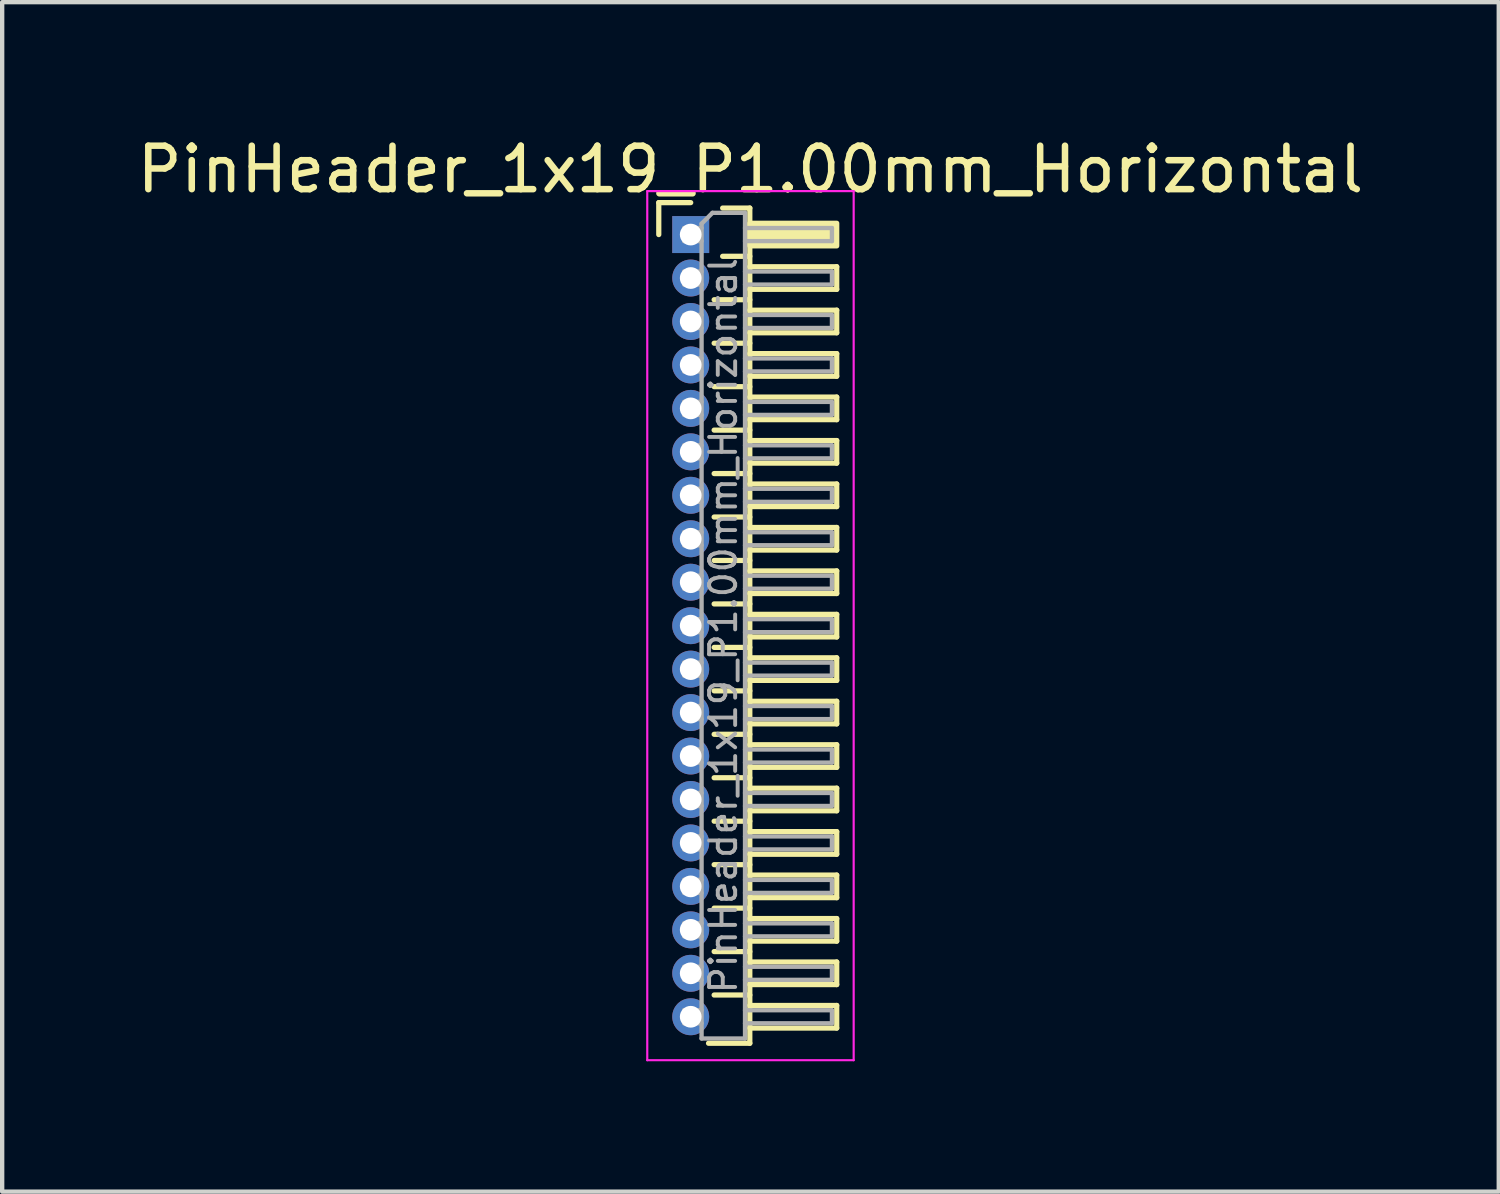
<source format=kicad_pcb>
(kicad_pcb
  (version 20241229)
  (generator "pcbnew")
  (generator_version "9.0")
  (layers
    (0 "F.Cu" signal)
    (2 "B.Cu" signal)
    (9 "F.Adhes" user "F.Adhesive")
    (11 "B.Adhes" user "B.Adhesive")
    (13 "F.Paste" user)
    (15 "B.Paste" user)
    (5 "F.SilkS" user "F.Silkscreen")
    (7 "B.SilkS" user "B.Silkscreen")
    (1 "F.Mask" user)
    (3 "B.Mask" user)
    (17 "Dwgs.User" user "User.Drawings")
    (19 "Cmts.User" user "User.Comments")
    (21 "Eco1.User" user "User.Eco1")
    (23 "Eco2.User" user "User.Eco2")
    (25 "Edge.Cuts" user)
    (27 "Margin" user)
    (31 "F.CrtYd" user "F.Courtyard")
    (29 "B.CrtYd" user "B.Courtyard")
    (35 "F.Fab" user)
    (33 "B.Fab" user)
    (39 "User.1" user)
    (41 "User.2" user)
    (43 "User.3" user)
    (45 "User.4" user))
  (footprint "PinHeader_1x19_P1.00mm_Horizontal"
    (layer "F.Cu")
    (at 12.845 2.348)
    (property "Reference" "PinHeader_1x19_P1.00mm_Horizontal" (at 1.375 -1.5 0) (layer "F.SilkS") (effects (font (size 1 1) (thickness 0.15))))
    (attr through_hole)
    (fp_line (start -0.735 -0.735) (end 0 -0.735) (stroke (width 0.12) (type solid)) (layer "F.SilkS"))
    (fp_line (start -0.735 0) (end -0.735 -0.735) (stroke (width 0.12) (type solid)) (layer "F.SilkS"))
    (fp_line (start 0.539 1.5) (end 1.36 1.5) (stroke (width 0.12) (type solid)) (layer "F.SilkS"))
    (fp_line (start 0.539 2.5) (end 1.36 2.5) (stroke (width 0.12) (type solid)) (layer "F.SilkS"))
    (fp_line (start 0.539 3.5) (end 1.36 3.5) (stroke (width 0.12) (type solid)) (layer "F.SilkS"))
    (fp_line (start 0.539 4.5) (end 1.36 4.5) (stroke (width 0.12) (type solid)) (layer "F.SilkS"))
    (fp_line (start 0.539 5.5) (end 1.36 5.5) (stroke (width 0.12) (type solid)) (layer "F.SilkS"))
    (fp_line (start 0.539 6.5) (end 1.36 6.5) (stroke (width 0.12) (type solid)) (layer "F.SilkS"))
    (fp_line (start 0.539 7.5) (end 1.36 7.5) (stroke (width 0.12) (type solid)) (layer "F.SilkS"))
    (fp_line (start 0.539 8.5) (end 1.36 8.5) (stroke (width 0.12) (type solid)) (layer "F.SilkS"))
    (fp_line (start 0.539 9.5) (end 1.36 9.5) (stroke (width 0.12) (type solid)) (layer "F.SilkS"))
    (fp_line (start 0.539 10.5) (end 1.36 10.5) (stroke (width 0.12) (type solid)) (layer "F.SilkS"))
    (fp_line (start 0.539 11.5) (end 1.36 11.5) (stroke (width 0.12) (type solid)) (layer "F.SilkS"))
    (fp_line (start 0.539 12.5) (end 1.36 12.5) (stroke (width 0.12) (type solid)) (layer "F.SilkS"))
    (fp_line (start 0.539 13.5) (end 1.36 13.5) (stroke (width 0.12) (type solid)) (layer "F.SilkS"))
    (fp_line (start 0.539 14.5) (end 1.36 14.5) (stroke (width 0.12) (type solid)) (layer "F.SilkS"))
    (fp_line (start 0.539 15.5) (end 1.36 15.5) (stroke (width 0.12) (type solid)) (layer "F.SilkS"))
    (fp_line (start 0.539 16.5) (end 1.36 16.5) (stroke (width 0.12) (type solid)) (layer "F.SilkS"))
    (fp_line (start 0.539 17.5) (end 1.36 17.5) (stroke (width 0.12) (type solid)) (layer "F.SilkS"))
    (fp_line (start 0.735 -0.61) (end 1.36 -0.61) (stroke (width 0.12) (type solid)) (layer "F.SilkS"))
    (fp_line (start 0.735 0.5) (end 1.36 0.5) (stroke (width 0.12) (type solid)) (layer "F.SilkS"))
    (fp_line (start 1.36 -0.61) (end 1.36 18.61) (stroke (width 0.12) (type solid)) (layer "F.SilkS"))
    (fp_line (start 1.36 0.74) (end 3.36 0.74) (stroke (width 0.12) (type solid)) (layer "F.SilkS"))
    (fp_line (start 1.36 1.74) (end 3.36 1.74) (stroke (width 0.12) (type solid)) (layer "F.SilkS"))
    (fp_line (start 1.36 2.74) (end 3.36 2.74) (stroke (width 0.12) (type solid)) (layer "F.SilkS"))
    (fp_line (start 1.36 3.74) (end 3.36 3.74) (stroke (width 0.12) (type solid)) (layer "F.SilkS"))
    (fp_line (start 1.36 4.74) (end 3.36 4.74) (stroke (width 0.12) (type solid)) (layer "F.SilkS"))
    (fp_line (start 1.36 5.74) (end 3.36 5.74) (stroke (width 0.12) (type solid)) (layer "F.SilkS"))
    (fp_line (start 1.36 6.74) (end 3.36 6.74) (stroke (width 0.12) (type solid)) (layer "F.SilkS"))
    (fp_line (start 1.36 7.74) (end 3.36 7.74) (stroke (width 0.12) (type solid)) (layer "F.SilkS"))
    (fp_line (start 1.36 8.74) (end 3.36 8.74) (stroke (width 0.12) (type solid)) (layer "F.SilkS"))
    (fp_line (start 1.36 9.74) (end 3.36 9.74) (stroke (width 0.12) (type solid)) (layer "F.SilkS"))
    (fp_line (start 1.36 10.74) (end 3.36 10.74) (stroke (width 0.12) (type solid)) (layer "F.SilkS"))
    (fp_line (start 1.36 11.74) (end 3.36 11.74) (stroke (width 0.12) (type solid)) (layer "F.SilkS"))
    (fp_line (start 1.36 12.74) (end 3.36 12.74) (stroke (width 0.12) (type solid)) (layer "F.SilkS"))
    (fp_line (start 1.36 13.74) (end 3.36 13.74) (stroke (width 0.12) (type solid)) (layer "F.SilkS"))
    (fp_line (start 1.36 14.74) (end 3.36 14.74) (stroke (width 0.12) (type solid)) (layer "F.SilkS"))
    (fp_line (start 1.36 15.74) (end 3.36 15.74) (stroke (width 0.12) (type solid)) (layer "F.SilkS"))
    (fp_line (start 1.36 16.74) (end 3.36 16.74) (stroke (width 0.12) (type solid)) (layer "F.SilkS"))
    (fp_line (start 1.36 17.74) (end 3.36 17.74) (stroke (width 0.12) (type solid)) (layer "F.SilkS"))
    (fp_line (start 1.36 18.61) (end 0.41 18.61) (stroke (width 0.12) (type solid)) (layer "F.SilkS"))
    (fp_line (start 3.36 0.74) (end 3.36 1.26) (stroke (width 0.12) (type solid)) (layer "F.SilkS"))
    (fp_line (start 3.36 1.26) (end 1.36 1.26) (stroke (width 0.12) (type solid)) (layer "F.SilkS"))
    (fp_line (start 3.36 1.74) (end 3.36 2.26) (stroke (width 0.12) (type solid)) (layer "F.SilkS"))
    (fp_line (start 3.36 2.26) (end 1.36 2.26) (stroke (width 0.12) (type solid)) (layer "F.SilkS"))
    (fp_line (start 3.36 2.74) (end 3.36 3.26) (stroke (width 0.12) (type solid)) (layer "F.SilkS"))
    (fp_line (start 3.36 3.26) (end 1.36 3.26) (stroke (width 0.12) (type solid)) (layer "F.SilkS"))
    (fp_line (start 3.36 3.74) (end 3.36 4.26) (stroke (width 0.12) (type solid)) (layer "F.SilkS"))
    (fp_line (start 3.36 4.26) (end 1.36 4.26) (stroke (width 0.12) (type solid)) (layer "F.SilkS"))
    (fp_line (start 3.36 4.74) (end 3.36 5.26) (stroke (width 0.12) (type solid)) (layer "F.SilkS"))
    (fp_line (start 3.36 5.26) (end 1.36 5.26) (stroke (width 0.12) (type solid)) (layer "F.SilkS"))
    (fp_line (start 3.36 5.74) (end 3.36 6.26) (stroke (width 0.12) (type solid)) (layer "F.SilkS"))
    (fp_line (start 3.36 6.26) (end 1.36 6.26) (stroke (width 0.12) (type solid)) (layer "F.SilkS"))
    (fp_line (start 3.36 6.74) (end 3.36 7.26) (stroke (width 0.12) (type solid)) (layer "F.SilkS"))
    (fp_line (start 3.36 7.26) (end 1.36 7.26) (stroke (width 0.12) (type solid)) (layer "F.SilkS"))
    (fp_line (start 3.36 7.74) (end 3.36 8.26) (stroke (width 0.12) (type solid)) (layer "F.SilkS"))
    (fp_line (start 3.36 8.26) (end 1.36 8.26) (stroke (width 0.12) (type solid)) (layer "F.SilkS"))
    (fp_line (start 3.36 8.74) (end 3.36 9.26) (stroke (width 0.12) (type solid)) (layer "F.SilkS"))
    (fp_line (start 3.36 9.26) (end 1.36 9.26) (stroke (width 0.12) (type solid)) (layer "F.SilkS"))
    (fp_line (start 3.36 9.74) (end 3.36 10.26) (stroke (width 0.12) (type solid)) (layer "F.SilkS"))
    (fp_line (start 3.36 10.26) (end 1.36 10.26) (stroke (width 0.12) (type solid)) (layer "F.SilkS"))
    (fp_line (start 3.36 10.74) (end 3.36 11.26) (stroke (width 0.12) (type solid)) (layer "F.SilkS"))
    (fp_line (start 3.36 11.26) (end 1.36 11.26) (stroke (width 0.12) (type solid)) (layer "F.SilkS"))
    (fp_line (start 3.36 11.74) (end 3.36 12.26) (stroke (width 0.12) (type solid)) (layer "F.SilkS"))
    (fp_line (start 3.36 12.26) (end 1.36 12.26) (stroke (width 0.12) (type solid)) (layer "F.SilkS"))
    (fp_line (start 3.36 12.74) (end 3.36 13.26) (stroke (width 0.12) (type solid)) (layer "F.SilkS"))
    (fp_line (start 3.36 13.26) (end 1.36 13.26) (stroke (width 0.12) (type solid)) (layer "F.SilkS"))
    (fp_line (start 3.36 13.74) (end 3.36 14.26) (stroke (width 0.12) (type solid)) (layer "F.SilkS"))
    (fp_line (start 3.36 14.26) (end 1.36 14.26) (stroke (width 0.12) (type solid)) (layer "F.SilkS"))
    (fp_line (start 3.36 14.74) (end 3.36 15.26) (stroke (width 0.12) (type solid)) (layer "F.SilkS"))
    (fp_line (start 3.36 15.26) (end 1.36 15.26) (stroke (width 0.12) (type solid)) (layer "F.SilkS"))
    (fp_line (start 3.36 15.74) (end 3.36 16.26) (stroke (width 0.12) (type solid)) (layer "F.SilkS"))
    (fp_line (start 3.36 16.26) (end 1.36 16.26) (stroke (width 0.12) (type solid)) (layer "F.SilkS"))
    (fp_line (start 3.36 16.74) (end 3.36 17.26) (stroke (width 0.12) (type solid)) (layer "F.SilkS"))
    (fp_line (start 3.36 17.26) (end 1.36 17.26) (stroke (width 0.12) (type solid)) (layer "F.SilkS"))
    (fp_line (start 3.36 17.74) (end 3.36 18.26) (stroke (width 0.12) (type solid)) (layer "F.SilkS"))
    (fp_line (start 3.36 18.26) (end 1.36 18.26) (stroke (width 0.12) (type solid)) (layer "F.SilkS"))
    (fp_rect (start 1.36 -0.26) (end 3.36 0.26) (stroke (width 0.12) (type solid)) (fill yes) (layer "F.SilkS"))
    (fp_line (start -1 -1) (end -1 19) (stroke (width 0.05) (type solid)) (layer "F.CrtYd"))
    (fp_line (start -1 19) (end 3.75 19) (stroke (width 0.05) (type solid)) (layer "F.CrtYd"))
    (fp_line (start 3.75 -1) (end -1 -1) (stroke (width 0.05) (type solid)) (layer "F.CrtYd"))
    (fp_line (start 3.75 19) (end 3.75 -1) (stroke (width 0.05) (type solid)) (layer "F.CrtYd"))
    (fp_line (start -0.15 -0.15) (end -0.15 0.15) (stroke (width 0.1) (type solid)) (layer "F.Fab"))
    (fp_line (start -0.15 -0.15) (end 0.25 -0.15) (stroke (width 0.1) (type solid)) (layer "F.Fab"))
    (fp_line (start -0.15 0.15) (end 0.25 0.15) (stroke (width 0.1) (type solid)) (layer "F.Fab"))
    (fp_line (start -0.15 0.85) (end -0.15 1.15) (stroke (width 0.1) (type solid)) (layer "F.Fab"))
    (fp_line (start -0.15 0.85) (end 0.25 0.85) (stroke (width 0.1) (type solid)) (layer "F.Fab"))
    (fp_line (start -0.15 1.15) (end 0.25 1.15) (stroke (width 0.1) (type solid)) (layer "F.Fab"))
    (fp_line (start -0.15 1.85) (end -0.15 2.15) (stroke (width 0.1) (type solid)) (layer "F.Fab"))
    (fp_line (start -0.15 1.85) (end 0.25 1.85) (stroke (width 0.1) (type solid)) (layer "F.Fab"))
    (fp_line (start -0.15 2.15) (end 0.25 2.15) (stroke (width 0.1) (type solid)) (layer "F.Fab"))
    (fp_line (start -0.15 2.85) (end -0.15 3.15) (stroke (width 0.1) (type solid)) (layer "F.Fab"))
    (fp_line (start -0.15 2.85) (end 0.25 2.85) (stroke (width 0.1) (type solid)) (layer "F.Fab"))
    (fp_line (start -0.15 3.15) (end 0.25 3.15) (stroke (width 0.1) (type solid)) (layer "F.Fab"))
    (fp_line (start -0.15 3.85) (end -0.15 4.15) (stroke (width 0.1) (type solid)) (layer "F.Fab"))
    (fp_line (start -0.15 3.85) (end 0.25 3.85) (stroke (width 0.1) (type solid)) (layer "F.Fab"))
    (fp_line (start -0.15 4.15) (end 0.25 4.15) (stroke (width 0.1) (type solid)) (layer "F.Fab"))
    (fp_line (start -0.15 4.85) (end -0.15 5.15) (stroke (width 0.1) (type solid)) (layer "F.Fab"))
    (fp_line (start -0.15 4.85) (end 0.25 4.85) (stroke (width 0.1) (type solid)) (layer "F.Fab"))
    (fp_line (start -0.15 5.15) (end 0.25 5.15) (stroke (width 0.1) (type solid)) (layer "F.Fab"))
    (fp_line (start -0.15 5.85) (end -0.15 6.15) (stroke (width 0.1) (type solid)) (layer "F.Fab"))
    (fp_line (start -0.15 5.85) (end 0.25 5.85) (stroke (width 0.1) (type solid)) (layer "F.Fab"))
    (fp_line (start -0.15 6.15) (end 0.25 6.15) (stroke (width 0.1) (type solid)) (layer "F.Fab"))
    (fp_line (start -0.15 6.85) (end -0.15 7.15) (stroke (width 0.1) (type solid)) (layer "F.Fab"))
    (fp_line (start -0.15 6.85) (end 0.25 6.85) (stroke (width 0.1) (type solid)) (layer "F.Fab"))
    (fp_line (start -0.15 7.15) (end 0.25 7.15) (stroke (width 0.1) (type solid)) (layer "F.Fab"))
    (fp_line (start -0.15 7.85) (end -0.15 8.15) (stroke (width 0.1) (type solid)) (layer "F.Fab"))
    (fp_line (start -0.15 7.85) (end 0.25 7.85) (stroke (width 0.1) (type solid)) (layer "F.Fab"))
    (fp_line (start -0.15 8.15) (end 0.25 8.15) (stroke (width 0.1) (type solid)) (layer "F.Fab"))
    (fp_line (start -0.15 8.85) (end -0.15 9.15) (stroke (width 0.1) (type solid)) (layer "F.Fab"))
    (fp_line (start -0.15 8.85) (end 0.25 8.85) (stroke (width 0.1) (type solid)) (layer "F.Fab"))
    (fp_line (start -0.15 9.15) (end 0.25 9.15) (stroke (width 0.1) (type solid)) (layer "F.Fab"))
    (fp_line (start -0.15 9.85) (end -0.15 10.15) (stroke (width 0.1) (type solid)) (layer "F.Fab"))
    (fp_line (start -0.15 9.85) (end 0.25 9.85) (stroke (width 0.1) (type solid)) (layer "F.Fab"))
    (fp_line (start -0.15 10.15) (end 0.25 10.15) (stroke (width 0.1) (type solid)) (layer "F.Fab"))
    (fp_line (start -0.15 10.85) (end -0.15 11.15) (stroke (width 0.1) (type solid)) (layer "F.Fab"))
    (fp_line (start -0.15 10.85) (end 0.25 10.85) (stroke (width 0.1) (type solid)) (layer "F.Fab"))
    (fp_line (start -0.15 11.15) (end 0.25 11.15) (stroke (width 0.1) (type solid)) (layer "F.Fab"))
    (fp_line (start -0.15 11.85) (end -0.15 12.15) (stroke (width 0.1) (type solid)) (layer "F.Fab"))
    (fp_line (start -0.15 11.85) (end 0.25 11.85) (stroke (width 0.1) (type solid)) (layer "F.Fab"))
    (fp_line (start -0.15 12.15) (end 0.25 12.15) (stroke (width 0.1) (type solid)) (layer "F.Fab"))
    (fp_line (start -0.15 12.85) (end -0.15 13.15) (stroke (width 0.1) (type solid)) (layer "F.Fab"))
    (fp_line (start -0.15 12.85) (end 0.25 12.85) (stroke (width 0.1) (type solid)) (layer "F.Fab"))
    (fp_line (start -0.15 13.15) (end 0.25 13.15) (stroke (width 0.1) (type solid)) (layer "F.Fab"))
    (fp_line (start -0.15 13.85) (end -0.15 14.15) (stroke (width 0.1) (type solid)) (layer "F.Fab"))
    (fp_line (start -0.15 13.85) (end 0.25 13.85) (stroke (width 0.1) (type solid)) (layer "F.Fab"))
    (fp_line (start -0.15 14.15) (end 0.25 14.15) (stroke (width 0.1) (type solid)) (layer "F.Fab"))
    (fp_line (start -0.15 14.85) (end -0.15 15.15) (stroke (width 0.1) (type solid)) (layer "F.Fab"))
    (fp_line (start -0.15 14.85) (end 0.25 14.85) (stroke (width 0.1) (type solid)) (layer "F.Fab"))
    (fp_line (start -0.15 15.15) (end 0.25 15.15) (stroke (width 0.1) (type solid)) (layer "F.Fab"))
    (fp_line (start -0.15 15.85) (end -0.15 16.15) (stroke (width 0.1) (type solid)) (layer "F.Fab"))
    (fp_line (start -0.15 15.85) (end 0.25 15.85) (stroke (width 0.1) (type solid)) (layer "F.Fab"))
    (fp_line (start -0.15 16.15) (end 0.25 16.15) (stroke (width 0.1) (type solid)) (layer "F.Fab"))
    (fp_line (start -0.15 16.85) (end -0.15 17.15) (stroke (width 0.1) (type solid)) (layer "F.Fab"))
    (fp_line (start -0.15 16.85) (end 0.25 16.85) (stroke (width 0.1) (type solid)) (layer "F.Fab"))
    (fp_line (start -0.15 17.15) (end 0.25 17.15) (stroke (width 0.1) (type solid)) (layer "F.Fab"))
    (fp_line (start -0.15 17.85) (end -0.15 18.15) (stroke (width 0.1) (type solid)) (layer "F.Fab"))
    (fp_line (start -0.15 17.85) (end 0.25 17.85) (stroke (width 0.1) (type solid)) (layer "F.Fab"))
    (fp_line (start -0.15 18.15) (end 0.25 18.15) (stroke (width 0.1) (type solid)) (layer "F.Fab"))
    (fp_line (start 0.25 -0.25) (end 0.5 -0.5) (stroke (width 0.1) (type solid)) (layer "F.Fab"))
    (fp_line (start 0.25 18.5) (end 0.25 -0.25) (stroke (width 0.1) (type solid)) (layer "F.Fab"))
    (fp_line (start 0.5 -0.5) (end 1.25 -0.5) (stroke (width 0.1) (type solid)) (layer "F.Fab"))
    (fp_line (start 1.25 -0.5) (end 1.25 18.5) (stroke (width 0.1) (type solid)) (layer "F.Fab"))
    (fp_line (start 1.25 -0.15) (end 3.25 -0.15) (stroke (width 0.1) (type solid)) (layer "F.Fab"))
    (fp_line (start 1.25 0.15) (end 3.25 0.15) (stroke (width 0.1) (type solid)) (layer "F.Fab"))
    (fp_line (start 1.25 0.85) (end 3.25 0.85) (stroke (width 0.1) (type solid)) (layer "F.Fab"))
    (fp_line (start 1.25 1.15) (end 3.25 1.15) (stroke (width 0.1) (type solid)) (layer "F.Fab"))
    (fp_line (start 1.25 1.85) (end 3.25 1.85) (stroke (width 0.1) (type solid)) (layer "F.Fab"))
    (fp_line (start 1.25 2.15) (end 3.25 2.15) (stroke (width 0.1) (type solid)) (layer "F.Fab"))
    (fp_line (start 1.25 2.85) (end 3.25 2.85) (stroke (width 0.1) (type solid)) (layer "F.Fab"))
    (fp_line (start 1.25 3.15) (end 3.25 3.15) (stroke (width 0.1) (type solid)) (layer "F.Fab"))
    (fp_line (start 1.25 3.85) (end 3.25 3.85) (stroke (width 0.1) (type solid)) (layer "F.Fab"))
    (fp_line (start 1.25 4.15) (end 3.25 4.15) (stroke (width 0.1) (type solid)) (layer "F.Fab"))
    (fp_line (start 1.25 4.85) (end 3.25 4.85) (stroke (width 0.1) (type solid)) (layer "F.Fab"))
    (fp_line (start 1.25 5.15) (end 3.25 5.15) (stroke (width 0.1) (type solid)) (layer "F.Fab"))
    (fp_line (start 1.25 5.85) (end 3.25 5.85) (stroke (width 0.1) (type solid)) (layer "F.Fab"))
    (fp_line (start 1.25 6.15) (end 3.25 6.15) (stroke (width 0.1) (type solid)) (layer "F.Fab"))
    (fp_line (start 1.25 6.85) (end 3.25 6.85) (stroke (width 0.1) (type solid)) (layer "F.Fab"))
    (fp_line (start 1.25 7.15) (end 3.25 7.15) (stroke (width 0.1) (type solid)) (layer "F.Fab"))
    (fp_line (start 1.25 7.85) (end 3.25 7.85) (stroke (width 0.1) (type solid)) (layer "F.Fab"))
    (fp_line (start 1.25 8.15) (end 3.25 8.15) (stroke (width 0.1) (type solid)) (layer "F.Fab"))
    (fp_line (start 1.25 8.85) (end 3.25 8.85) (stroke (width 0.1) (type solid)) (layer "F.Fab"))
    (fp_line (start 1.25 9.15) (end 3.25 9.15) (stroke (width 0.1) (type solid)) (layer "F.Fab"))
    (fp_line (start 1.25 9.85) (end 3.25 9.85) (stroke (width 0.1) (type solid)) (layer "F.Fab"))
    (fp_line (start 1.25 10.15) (end 3.25 10.15) (stroke (width 0.1) (type solid)) (layer "F.Fab"))
    (fp_line (start 1.25 10.85) (end 3.25 10.85) (stroke (width 0.1) (type solid)) (layer "F.Fab"))
    (fp_line (start 1.25 11.15) (end 3.25 11.15) (stroke (width 0.1) (type solid)) (layer "F.Fab"))
    (fp_line (start 1.25 11.85) (end 3.25 11.85) (stroke (width 0.1) (type solid)) (layer "F.Fab"))
    (fp_line (start 1.25 12.15) (end 3.25 12.15) (stroke (width 0.1) (type solid)) (layer "F.Fab"))
    (fp_line (start 1.25 12.85) (end 3.25 12.85) (stroke (width 0.1) (type solid)) (layer "F.Fab"))
    (fp_line (start 1.25 13.15) (end 3.25 13.15) (stroke (width 0.1) (type solid)) (layer "F.Fab"))
    (fp_line (start 1.25 13.85) (end 3.25 13.85) (stroke (width 0.1) (type solid)) (layer "F.Fab"))
    (fp_line (start 1.25 14.15) (end 3.25 14.15) (stroke (width 0.1) (type solid)) (layer "F.Fab"))
    (fp_line (start 1.25 14.85) (end 3.25 14.85) (stroke (width 0.1) (type solid)) (layer "F.Fab"))
    (fp_line (start 1.25 15.15) (end 3.25 15.15) (stroke (width 0.1) (type solid)) (layer "F.Fab"))
    (fp_line (start 1.25 15.85) (end 3.25 15.85) (stroke (width 0.1) (type solid)) (layer "F.Fab"))
    (fp_line (start 1.25 16.15) (end 3.25 16.15) (stroke (width 0.1) (type solid)) (layer "F.Fab"))
    (fp_line (start 1.25 16.85) (end 3.25 16.85) (stroke (width 0.1) (type solid)) (layer "F.Fab"))
    (fp_line (start 1.25 17.15) (end 3.25 17.15) (stroke (width 0.1) (type solid)) (layer "F.Fab"))
    (fp_line (start 1.25 17.85) (end 3.25 17.85) (stroke (width 0.1) (type solid)) (layer "F.Fab"))
    (fp_line (start 1.25 18.15) (end 3.25 18.15) (stroke (width 0.1) (type solid)) (layer "F.Fab"))
    (fp_line (start 1.25 18.5) (end 0.25 18.5) (stroke (width 0.1) (type solid)) (layer "F.Fab"))
    (fp_line (start 3.25 -0.15) (end 3.25 0.15) (stroke (width 0.1) (type solid)) (layer "F.Fab"))
    (fp_line (start 3.25 0.85) (end 3.25 1.15) (stroke (width 0.1) (type solid)) (layer "F.Fab"))
    (fp_line (start 3.25 1.85) (end 3.25 2.15) (stroke (width 0.1) (type solid)) (layer "F.Fab"))
    (fp_line (start 3.25 2.85) (end 3.25 3.15) (stroke (width 0.1) (type solid)) (layer "F.Fab"))
    (fp_line (start 3.25 3.85) (end 3.25 4.15) (stroke (width 0.1) (type solid)) (layer "F.Fab"))
    (fp_line (start 3.25 4.85) (end 3.25 5.15) (stroke (width 0.1) (type solid)) (layer "F.Fab"))
    (fp_line (start 3.25 5.85) (end 3.25 6.15) (stroke (width 0.1) (type solid)) (layer "F.Fab"))
    (fp_line (start 3.25 6.85) (end 3.25 7.15) (stroke (width 0.1) (type solid)) (layer "F.Fab"))
    (fp_line (start 3.25 7.85) (end 3.25 8.15) (stroke (width 0.1) (type solid)) (layer "F.Fab"))
    (fp_line (start 3.25 8.85) (end 3.25 9.15) (stroke (width 0.1) (type solid)) (layer "F.Fab"))
    (fp_line (start 3.25 9.85) (end 3.25 10.15) (stroke (width 0.1) (type solid)) (layer "F.Fab"))
    (fp_line (start 3.25 10.85) (end 3.25 11.15) (stroke (width 0.1) (type solid)) (layer "F.Fab"))
    (fp_line (start 3.25 11.85) (end 3.25 12.15) (stroke (width 0.1) (type solid)) (layer "F.Fab"))
    (fp_line (start 3.25 12.85) (end 3.25 13.15) (stroke (width 0.1) (type solid)) (layer "F.Fab"))
    (fp_line (start 3.25 13.85) (end 3.25 14.15) (stroke (width 0.1) (type solid)) (layer "F.Fab"))
    (fp_line (start 3.25 14.85) (end 3.25 15.15) (stroke (width 0.1) (type solid)) (layer "F.Fab"))
    (fp_line (start 3.25 15.85) (end 3.25 16.15) (stroke (width 0.1) (type solid)) (layer "F.Fab"))
    (fp_line (start 3.25 16.85) (end 3.25 17.15) (stroke (width 0.1) (type solid)) (layer "F.Fab"))
    (fp_line (start 3.25 17.85) (end 3.25 18.15) (stroke (width 0.1) (type solid)) (layer "F.Fab"))
    (fp_text user "${REFERENCE}" (at 0.75 9 90) (layer "F.Fab") (effects (font (size 0.6 0.6) (thickness 0.09))))
    (pad "1" thru_hole rect (at 0 0) (size 0.85 0.85) (drill 0.5) (layers "*.Cu" "*.Mask"))
    (pad "2" thru_hole circle (at 0 1) (size 0.85 0.85) (drill 0.5) (layers "*.Cu" "*.Mask"))
    (pad "3" thru_hole circle (at 0 2) (size 0.85 0.85) (drill 0.5) (layers "*.Cu" "*.Mask"))
    (pad "4" thru_hole circle (at 0 3) (size 0.85 0.85) (drill 0.5) (layers "*.Cu" "*.Mask"))
    (pad "5" thru_hole circle (at 0 4) (size 0.85 0.85) (drill 0.5) (layers "*.Cu" "*.Mask"))
    (pad "6" thru_hole circle (at 0 5) (size 0.85 0.85) (drill 0.5) (layers "*.Cu" "*.Mask"))
    (pad "7" thru_hole circle (at 0 6) (size 0.85 0.85) (drill 0.5) (layers "*.Cu" "*.Mask"))
    (pad "8" thru_hole circle (at 0 7) (size 0.85 0.85) (drill 0.5) (layers "*.Cu" "*.Mask"))
    (pad "9" thru_hole circle (at 0 8) (size 0.85 0.85) (drill 0.5) (layers "*.Cu" "*.Mask"))
    (pad "10" thru_hole circle (at 0 9) (size 0.85 0.85) (drill 0.5) (layers "*.Cu" "*.Mask"))
    (pad "11" thru_hole circle (at 0 10) (size 0.85 0.85) (drill 0.5) (layers "*.Cu" "*.Mask"))
    (pad "12" thru_hole circle (at 0 11) (size 0.85 0.85) (drill 0.5) (layers "*.Cu" "*.Mask"))
    (pad "13" thru_hole circle (at 0 12) (size 0.85 0.85) (drill 0.5) (layers "*.Cu" "*.Mask"))
    (pad "14" thru_hole circle (at 0 13) (size 0.85 0.85) (drill 0.5) (layers "*.Cu" "*.Mask"))
    (pad "15" thru_hole circle (at 0 14) (size 0.85 0.85) (drill 0.5) (layers "*.Cu" "*.Mask"))
    (pad "16" thru_hole circle (at 0 15) (size 0.85 0.85) (drill 0.5) (layers "*.Cu" "*.Mask"))
    (pad "17" thru_hole circle (at 0 16) (size 0.85 0.85) (drill 0.5) (layers "*.Cu" "*.Mask"))
    (pad "18" thru_hole circle (at 0 17) (size 0.85 0.85) (drill 0.5) (layers "*.Cu" "*.Mask"))
    (pad "19" thru_hole circle (at 0 18) (size 0.85 0.85) (drill 0.5) (layers "*.Cu" "*.Mask")))
  (gr_rect
    (start -3 -3)
    (end 31.44 24.373)
    (stroke (width 0.1) (type default))
    (fill no)
    (layer "Edge.Cuts")))
</source>
